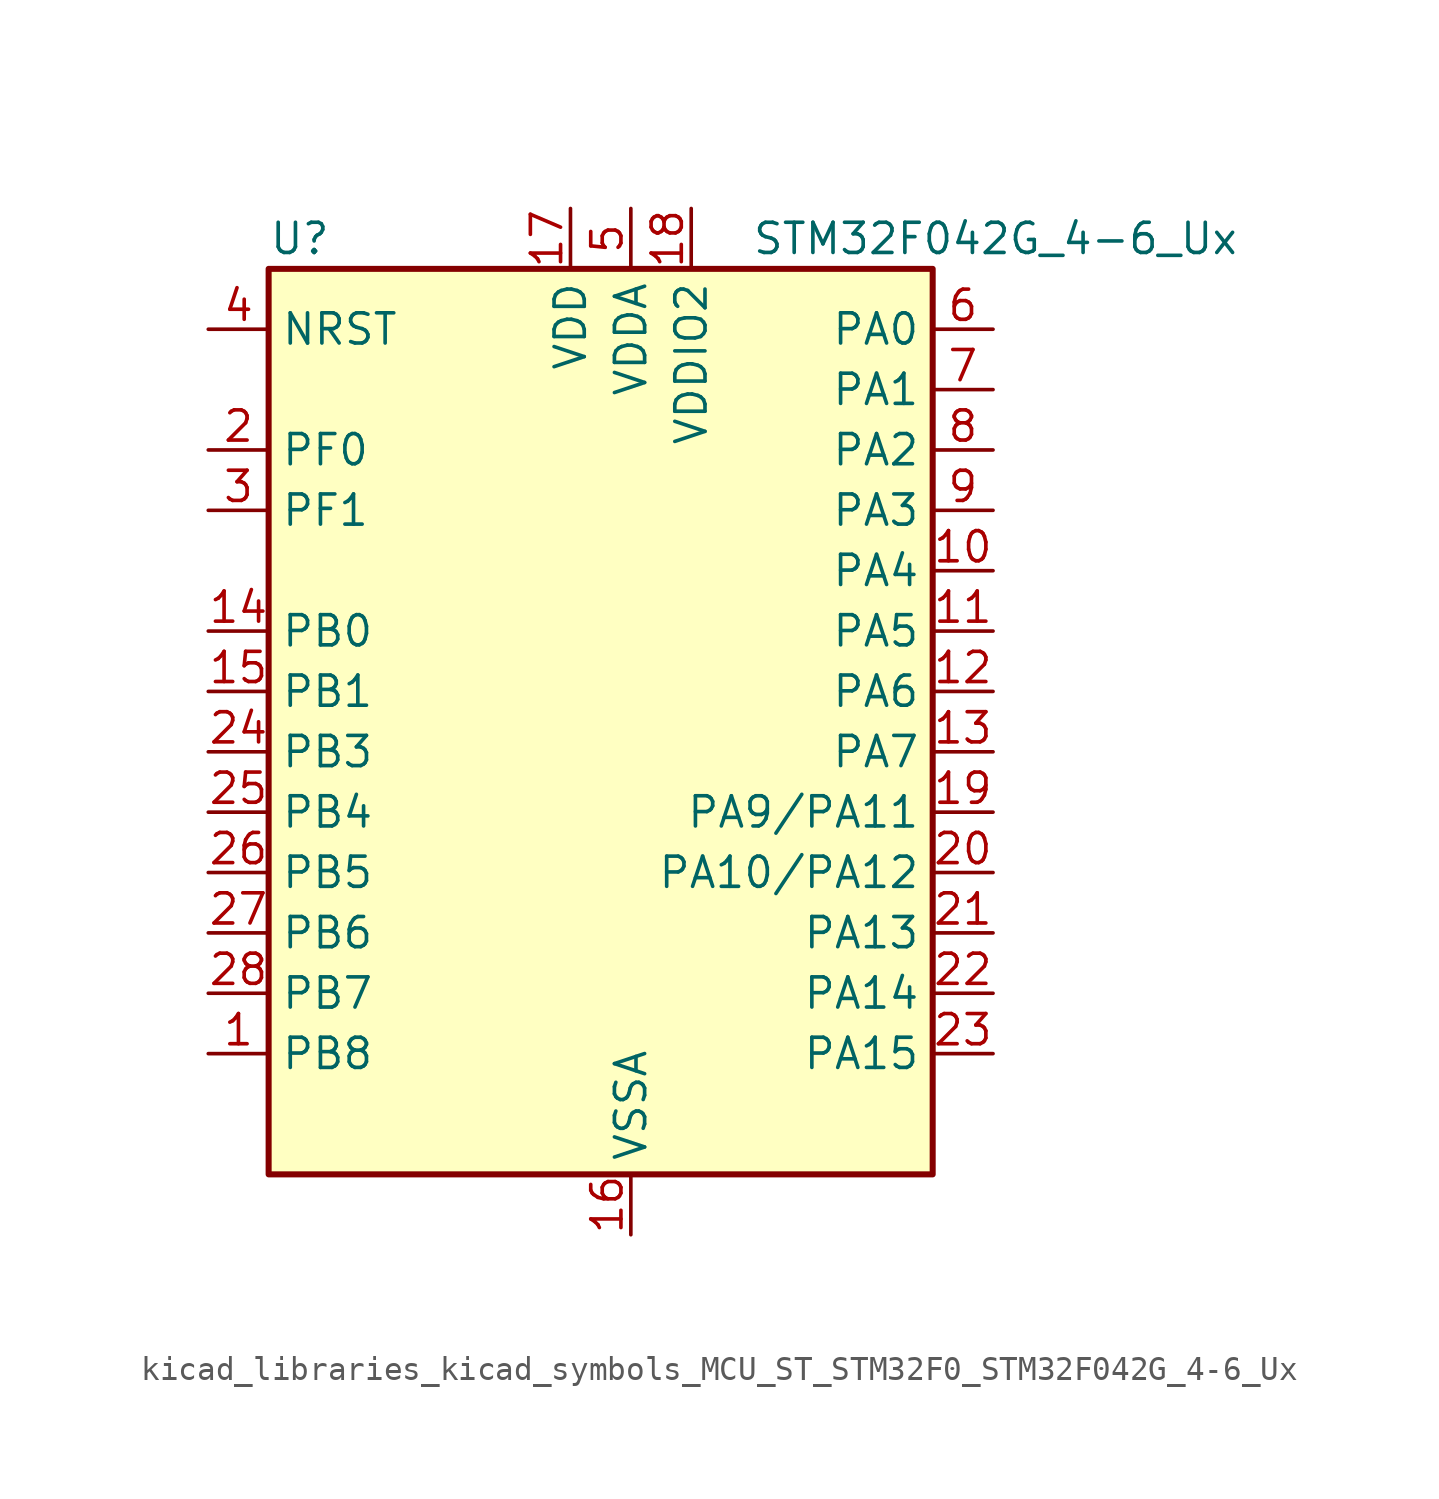
<source format=kicad_sym>
(kicad_symbol_lib
  (version 20220914)
  (generator kicad_symbol_editor)
  (symbol "kicad_libraries_kicad_symbols_MCU_ST_STM32F0_STM32F042G_4-6_Ux"
    (property "Reference" "U"
      (at -12.7 21.59 0)
      (effects (font (size 1.27 1.27)) (justify left)))
    (property "Value" "STM32F042G_4-6_Ux"
      (at 7.62 21.59 0)
      (effects (font (size 1.27 1.27)) (justify left)))
    (property "ki_locked" ""
      (at 0 0 0)
      (effects (font (size 1.27 1.27))))
    (symbol "kicad_libraries_kicad_symbols_MCU_ST_STM32F0_STM32F042G_4-6_Ux_0_1"
      (rectangle (start -12.7 -17.78) (end 15.24 20.32) (stroke (width 0.254) (type default)) (fill (type background))))
    (symbol "kicad_libraries_kicad_symbols_MCU_ST_STM32F0_STM32F042G_4-6_Ux_1_1"
      (pin bidirectional line (at -15.24 -12.7 0) (length 2.54) (name "PB8" (effects (font (size 1.27 1.27)))) (number "1" (effects (font (size 1.27 1.27)))) (alternate "CAN_RX" bidirectional line) (alternate "CEC" bidirectional line) (alternate "I2C1_SCL" bidirectional line) (alternate "TIM16_CH1" bidirectional line) (alternate "TSC_SYNC" bidirectional line))
      (pin bidirectional line (at 17.78 7.62 180) (length 2.54) (name "PA4" (effects (font (size 1.27 1.27)))) (number "10" (effects (font (size 1.27 1.27)))) (alternate "ADC_IN4" bidirectional line) (alternate "I2S1_WS" bidirectional line) (alternate "SPI1_NSS" bidirectional line) (alternate "TIM14_CH1" bidirectional line) (alternate "TSC_G2_IO1" bidirectional line) (alternate "USART2_CK" bidirectional line) (alternate "USB_NOE" bidirectional line))
      (pin bidirectional line (at 17.78 5.08 180) (length 2.54) (name "PA5" (effects (font (size 1.27 1.27)))) (number "11" (effects (font (size 1.27 1.27)))) (alternate "ADC_IN5" bidirectional line) (alternate "CEC" bidirectional line) (alternate "I2S1_CK" bidirectional line) (alternate "SPI1_SCK" bidirectional line) (alternate "TIM2_CH1" bidirectional line) (alternate "TIM2_ETR" bidirectional line) (alternate "TSC_G2_IO2" bidirectional line))
      (pin bidirectional line (at 17.78 2.54 180) (length 2.54) (name "PA6" (effects (font (size 1.27 1.27)))) (number "12" (effects (font (size 1.27 1.27)))) (alternate "ADC_IN6" bidirectional line) (alternate "I2S1_MCK" bidirectional line) (alternate "SPI1_MISO" bidirectional line) (alternate "TIM16_CH1" bidirectional line) (alternate "TIM1_BKIN" bidirectional line) (alternate "TIM3_CH1" bidirectional line) (alternate "TSC_G2_IO3" bidirectional line))
      (pin bidirectional line (at 17.78 0 180) (length 2.54) (name "PA7" (effects (font (size 1.27 1.27)))) (number "13" (effects (font (size 1.27 1.27)))) (alternate "ADC_IN7" bidirectional line) (alternate "I2S1_SD" bidirectional line) (alternate "SPI1_MOSI" bidirectional line) (alternate "TIM14_CH1" bidirectional line) (alternate "TIM17_CH1" bidirectional line) (alternate "TIM1_CH1N" bidirectional line) (alternate "TIM3_CH2" bidirectional line) (alternate "TSC_G2_IO4" bidirectional line))
      (pin bidirectional line (at -15.24 5.08 0) (length 2.54) (name "PB0" (effects (font (size 1.27 1.27)))) (number "14" (effects (font (size 1.27 1.27)))) (alternate "ADC_IN8" bidirectional line) (alternate "TIM1_CH2N" bidirectional line) (alternate "TIM3_CH3" bidirectional line) (alternate "TSC_G3_IO2" bidirectional line))
      (pin bidirectional line (at -15.24 2.54 0) (length 2.54) (name "PB1" (effects (font (size 1.27 1.27)))) (number "15" (effects (font (size 1.27 1.27)))) (alternate "ADC_IN9" bidirectional line) (alternate "TIM14_CH1" bidirectional line) (alternate "TIM1_CH3N" bidirectional line) (alternate "TIM3_CH4" bidirectional line) (alternate "TSC_G3_IO3" bidirectional line))
      (pin power_in line (at 2.54 -20.32 90) (length 2.54) (name "VSSA" (effects (font (size 1.27 1.27)))) (number "16" (effects (font (size 1.27 1.27)))))
      (pin power_in line (at 0 22.86 270) (length 2.54) (name "VDD" (effects (font (size 1.27 1.27)))) (number "17" (effects (font (size 1.27 1.27)))))
      (pin power_in line (at 5.08 22.86 270) (length 2.54) (name "VDDIO2" (effects (font (size 1.27 1.27)))) (number "18" (effects (font (size 1.27 1.27)))))
      (pin bidirectional line (at 17.78 -2.54 180) (length 2.54) (name "PA9/PA11" (effects (font (size 1.27 1.27)))) (number "19" (effects (font (size 1.27 1.27)))) (alternate "I2C1_SCL" bidirectional line) (alternate "TIM1_CH2" bidirectional line) (alternate "TSC_G4_IO1" bidirectional line) (alternate "USART1_TX" bidirectional line))
      (pin bidirectional line (at -15.24 12.7 0) (length 2.54) (name "PF0" (effects (font (size 1.27 1.27)))) (number "2" (effects (font (size 1.27 1.27)))) (alternate "CRS_SYNC" bidirectional line) (alternate "I2C1_SDA" bidirectional line) (alternate "RCC_OSC_IN" bidirectional line))
      (pin bidirectional line (at 17.78 -5.08 180) (length 2.54) (name "PA10/PA12" (effects (font (size 1.27 1.27)))) (number "20" (effects (font (size 1.27 1.27)))) (alternate "I2C1_SDA" bidirectional line) (alternate "TIM17_BKIN" bidirectional line) (alternate "TIM1_CH3" bidirectional line) (alternate "TSC_G4_IO2" bidirectional line) (alternate "USART1_RX" bidirectional line))
      (pin bidirectional line (at 17.78 -7.62 180) (length 2.54) (name "PA13" (effects (font (size 1.27 1.27)))) (number "21" (effects (font (size 1.27 1.27)))) (alternate "IR_OUT" bidirectional line) (alternate "SYS_SWDIO" bidirectional line) (alternate "USB_NOE" bidirectional line))
      (pin bidirectional line (at 17.78 -10.16 180) (length 2.54) (name "PA14" (effects (font (size 1.27 1.27)))) (number "22" (effects (font (size 1.27 1.27)))) (alternate "SYS_SWCLK" bidirectional line) (alternate "USART2_TX" bidirectional line))
      (pin bidirectional line (at 17.78 -12.7 180) (length 2.54) (name "PA15" (effects (font (size 1.27 1.27)))) (number "23" (effects (font (size 1.27 1.27)))) (alternate "I2S1_WS" bidirectional line) (alternate "SPI1_NSS" bidirectional line) (alternate "TIM2_CH1" bidirectional line) (alternate "TIM2_ETR" bidirectional line) (alternate "USART2_RX" bidirectional line) (alternate "USB_NOE" bidirectional line))
      (pin bidirectional line (at -15.24 0 0) (length 2.54) (name "PB3" (effects (font (size 1.27 1.27)))) (number "24" (effects (font (size 1.27 1.27)))) (alternate "I2S1_CK" bidirectional line) (alternate "SPI1_SCK" bidirectional line) (alternate "TIM2_CH2" bidirectional line) (alternate "TSC_G5_IO1" bidirectional line))
      (pin bidirectional line (at -15.24 -2.54 0) (length 2.54) (name "PB4" (effects (font (size 1.27 1.27)))) (number "25" (effects (font (size 1.27 1.27)))) (alternate "I2S1_MCK" bidirectional line) (alternate "SPI1_MISO" bidirectional line) (alternate "TIM17_BKIN" bidirectional line) (alternate "TIM3_CH1" bidirectional line) (alternate "TSC_G5_IO2" bidirectional line))
      (pin bidirectional line (at -15.24 -5.08 0) (length 2.54) (name "PB5" (effects (font (size 1.27 1.27)))) (number "26" (effects (font (size 1.27 1.27)))) (alternate "I2C1_SMBA" bidirectional line) (alternate "I2S1_SD" bidirectional line) (alternate "SPI1_MOSI" bidirectional line) (alternate "SYS_WKUP6" bidirectional line) (alternate "TIM16_BKIN" bidirectional line) (alternate "TIM3_CH2" bidirectional line))
      (pin bidirectional line (at -15.24 -7.62 0) (length 2.54) (name "PB6" (effects (font (size 1.27 1.27)))) (number "27" (effects (font (size 1.27 1.27)))) (alternate "I2C1_SCL" bidirectional line) (alternate "TIM16_CH1N" bidirectional line) (alternate "TSC_G5_IO3" bidirectional line) (alternate "USART1_TX" bidirectional line))
      (pin bidirectional line (at -15.24 -10.16 0) (length 2.54) (name "PB7" (effects (font (size 1.27 1.27)))) (number "28" (effects (font (size 1.27 1.27)))) (alternate "I2C1_SDA" bidirectional line) (alternate "TIM17_CH1N" bidirectional line) (alternate "TSC_G5_IO4" bidirectional line) (alternate "USART1_RX" bidirectional line))
      (pin bidirectional line (at -15.24 10.16 0) (length 2.54) (name "PF1" (effects (font (size 1.27 1.27)))) (number "3" (effects (font (size 1.27 1.27)))) (alternate "I2C1_SCL" bidirectional line) (alternate "RCC_OSC_OUT" bidirectional line))
      (pin input line (at -15.24 17.78 0) (length 2.54) (name "NRST" (effects (font (size 1.27 1.27)))) (number "4" (effects (font (size 1.27 1.27)))))
      (pin power_in line (at 2.54 22.86 270) (length 2.54) (name "VDDA" (effects (font (size 1.27 1.27)))) (number "5" (effects (font (size 1.27 1.27)))))
      (pin bidirectional line (at 17.78 17.78 180) (length 2.54) (name "PA0" (effects (font (size 1.27 1.27)))) (number "6" (effects (font (size 1.27 1.27)))) (alternate "ADC_IN0" bidirectional line) (alternate "RTC_TAMP2" bidirectional line) (alternate "SYS_WKUP1" bidirectional line) (alternate "TIM2_CH1" bidirectional line) (alternate "TIM2_ETR" bidirectional line) (alternate "TSC_G1_IO1" bidirectional line) (alternate "USART2_CTS" bidirectional line))
      (pin bidirectional line (at 17.78 15.24 180) (length 2.54) (name "PA1" (effects (font (size 1.27 1.27)))) (number "7" (effects (font (size 1.27 1.27)))) (alternate "ADC_IN1" bidirectional line) (alternate "TIM2_CH2" bidirectional line) (alternate "TSC_G1_IO2" bidirectional line) (alternate "USART2_DE" bidirectional line) (alternate "USART2_RTS" bidirectional line))
      (pin bidirectional line (at 17.78 12.7 180) (length 2.54) (name "PA2" (effects (font (size 1.27 1.27)))) (number "8" (effects (font (size 1.27 1.27)))) (alternate "ADC_IN2" bidirectional line) (alternate "SYS_WKUP4" bidirectional line) (alternate "TIM2_CH3" bidirectional line) (alternate "TSC_G1_IO3" bidirectional line) (alternate "USART2_TX" bidirectional line))
      (pin bidirectional line (at 17.78 10.16 180) (length 2.54) (name "PA3" (effects (font (size 1.27 1.27)))) (number "9" (effects (font (size 1.27 1.27)))) (alternate "ADC_IN3" bidirectional line) (alternate "TIM2_CH4" bidirectional line) (alternate "TSC_G1_IO4" bidirectional line) (alternate "USART2_RX" bidirectional line)))))
</source>
